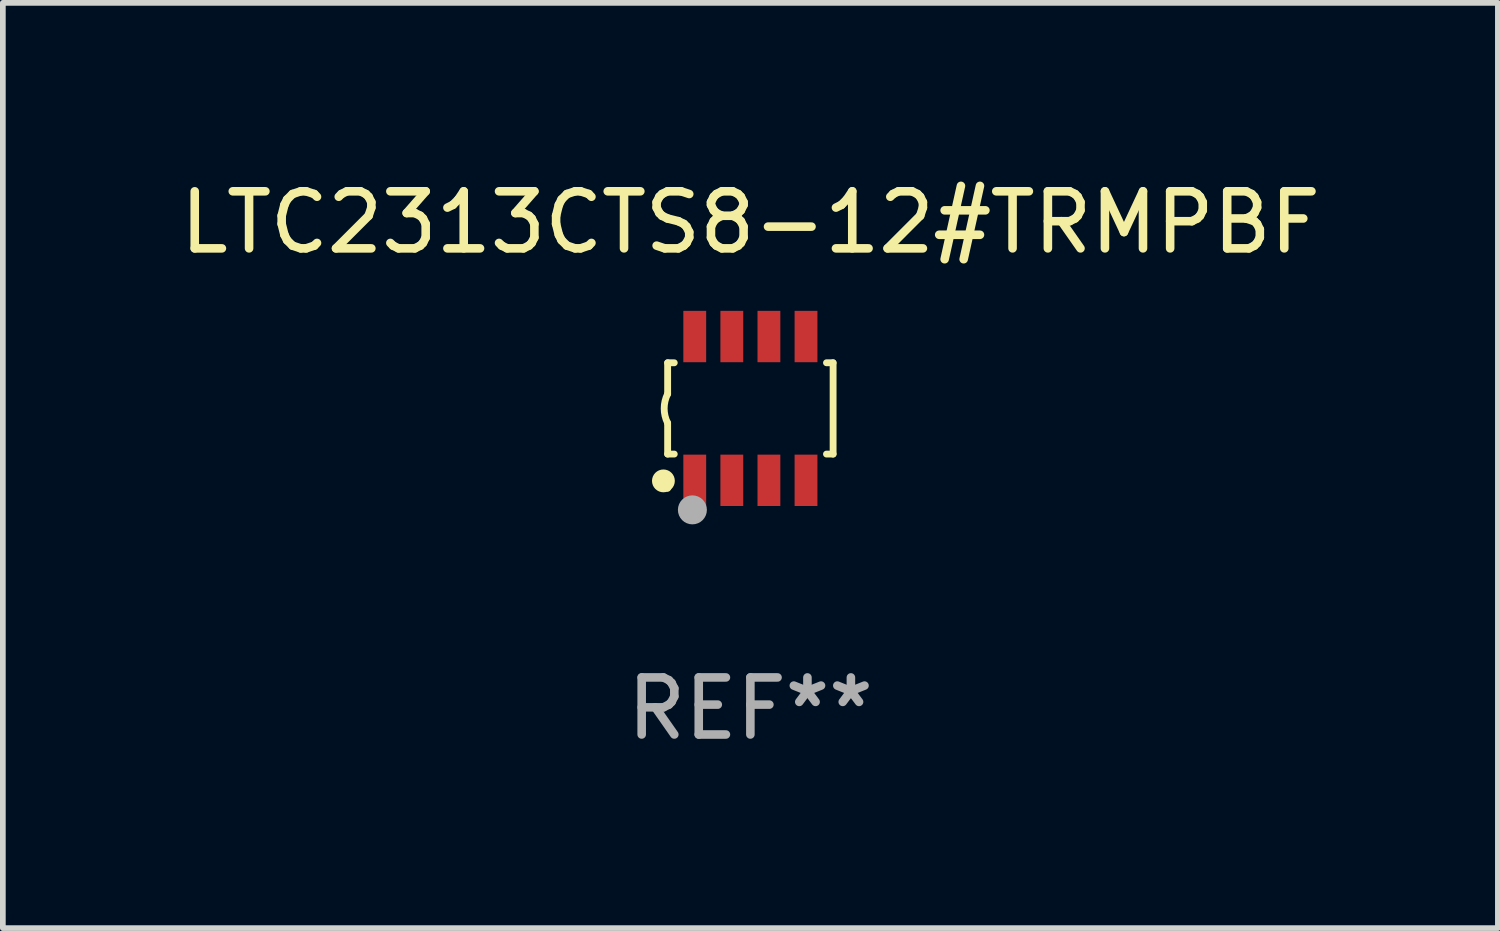
<source format=kicad_pcb>
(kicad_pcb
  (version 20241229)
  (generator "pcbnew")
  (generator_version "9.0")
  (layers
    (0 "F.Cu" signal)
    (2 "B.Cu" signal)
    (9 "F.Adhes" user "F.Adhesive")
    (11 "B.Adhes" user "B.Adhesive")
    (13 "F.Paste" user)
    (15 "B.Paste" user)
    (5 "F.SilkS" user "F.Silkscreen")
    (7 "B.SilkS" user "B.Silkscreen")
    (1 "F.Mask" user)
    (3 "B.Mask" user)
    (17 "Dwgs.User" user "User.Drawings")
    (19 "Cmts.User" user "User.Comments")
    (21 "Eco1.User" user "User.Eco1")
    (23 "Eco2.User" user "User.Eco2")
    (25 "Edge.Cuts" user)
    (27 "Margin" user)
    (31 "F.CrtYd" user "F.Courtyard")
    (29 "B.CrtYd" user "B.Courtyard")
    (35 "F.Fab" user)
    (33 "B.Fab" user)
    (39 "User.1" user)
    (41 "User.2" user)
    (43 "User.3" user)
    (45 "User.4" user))
  (footprint "LTC2313CTS8-12#TRMPBF"
    (layer "F.Cu")
    (at 10.101 4.108)
    (property "Reference" "LTC2313CTS8-12#TRMPBF" (at 0 -3.26 0) (layer "F.SilkS") (effects (font (size 1 1) (thickness 0.15))))
    (attr through_hole)
    (fp_line (start -1.45 -0.8) (end -1.45 -0.254) (stroke (width 0.12) (type solid)) (layer "F.SilkS"))
    (fp_line (start -1.45 -0.8) (end -1.334 -0.8) (stroke (width 0.12) (type solid)) (layer "F.SilkS"))
    (fp_line (start -1.45 0.8) (end -1.45 0.254) (stroke (width 0.12) (type solid)) (layer "F.SilkS"))
    (fp_line (start -1.45 0.8) (end -1.334 0.8) (stroke (width 0.12) (type solid)) (layer "F.SilkS"))
    (fp_line (start 1.334 -0.8) (end 1.45 -0.8) (stroke (width 0.12) (type solid)) (layer "F.SilkS"))
    (fp_line (start 1.334 0.8) (end 1.45 0.8) (stroke (width 0.12) (type solid)) (layer "F.SilkS"))
    (fp_line (start 1.45 0.8) (end 1.45 -0.8) (stroke (width 0.12) (type solid)) (layer "F.SilkS"))
    (fp_arc (start -1.45075 0.255144) (mid -1.510605 0.000434) (end -1.450013 -0.254102) (stroke (width 0.11999) (type solid)) (layer "F.SilkS"))
    (fp_circle (center -1.524 1.27) (end -1.424 1.27) (stroke (width 0.2) (type solid)) (fill no) (layer "F.SilkS"))
    (fp_circle (center -1.45 1.4) (end -1.42 1.4) (stroke (width 0.06) (type solid)) (fill no) (layer "F.SilkS"))
    (fp_circle (center -1.016 1.778) (end -0.889 1.778) (stroke (width 0.254) (type solid)) (fill no) (layer "F.Fab"))
    (fp_text user "REF**" (at 0 5.26 0) (layer "F.Fab") (effects (font (size 1 1) (thickness 0.15))))
    (pad "1" smd rect (at -0.975 1.26) (size 0.4 0.9) (layers "F.Cu" "F.Mask" "F.Paste"))
    (pad "2" smd rect (at -0.325 1.26) (size 0.4 0.9) (layers "F.Cu" "F.Mask" "F.Paste"))
    (pad "3" smd rect (at 0.325 1.26) (size 0.4 0.9) (layers "F.Cu" "F.Mask" "F.Paste"))
    (pad "4" smd rect (at 0.975 1.26) (size 0.4 0.9) (layers "F.Cu" "F.Mask" "F.Paste"))
    (pad "5" smd rect (at 0.975 -1.26) (size 0.4 0.9) (layers "F.Cu" "F.Mask" "F.Paste"))
    (pad "6" smd rect (at 0.325 -1.26) (size 0.4 0.9) (layers "F.Cu" "F.Mask" "F.Paste"))
    (pad "7" smd rect (at -0.325 -1.26) (size 0.4 0.9) (layers "F.Cu" "F.Mask" "F.Paste"))
    (pad "8" smd rect (at -0.975 -1.26) (size 0.4 0.9) (layers "F.Cu" "F.Mask" "F.Paste")))
  (gr_rect
    (start -3 -3)
    (end 23.202 13.216)
    (stroke (width 0.1) (type default))
    (fill no)
    (layer "Edge.Cuts")))
</source>
